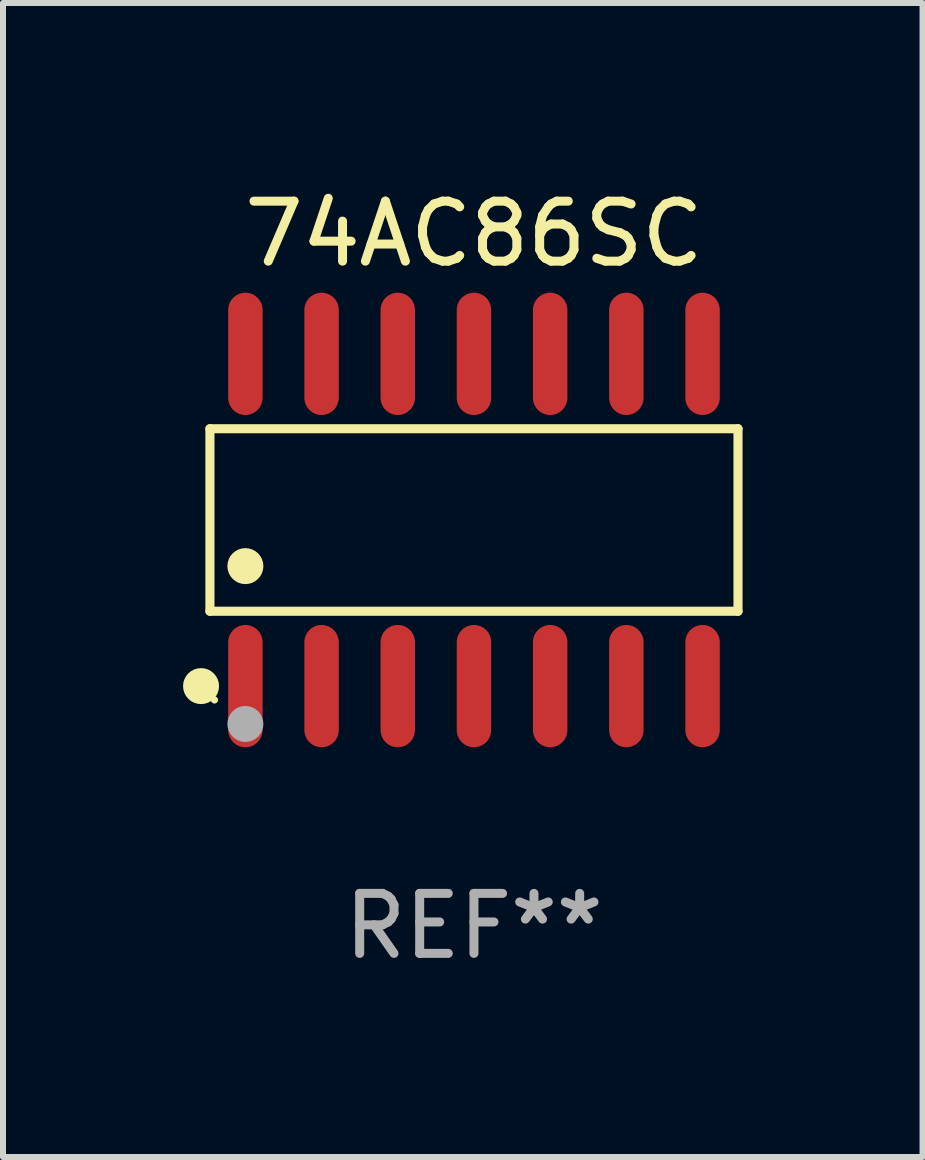
<source format=kicad_pcb>
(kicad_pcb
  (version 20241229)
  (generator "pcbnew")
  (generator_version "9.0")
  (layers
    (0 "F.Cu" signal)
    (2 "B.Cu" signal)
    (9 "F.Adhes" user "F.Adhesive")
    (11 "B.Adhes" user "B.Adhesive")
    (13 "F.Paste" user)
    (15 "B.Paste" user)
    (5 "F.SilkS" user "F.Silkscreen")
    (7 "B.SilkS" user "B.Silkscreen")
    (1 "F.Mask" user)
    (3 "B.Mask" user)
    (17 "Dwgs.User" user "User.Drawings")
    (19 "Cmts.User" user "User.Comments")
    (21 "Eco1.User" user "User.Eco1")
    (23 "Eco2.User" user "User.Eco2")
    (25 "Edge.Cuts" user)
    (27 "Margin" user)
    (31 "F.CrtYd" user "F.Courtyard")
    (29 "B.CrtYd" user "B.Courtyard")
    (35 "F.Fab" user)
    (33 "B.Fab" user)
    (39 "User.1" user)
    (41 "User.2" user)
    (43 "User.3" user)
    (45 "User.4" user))
  (footprint "74AC86SC"
    (layer "F.Cu")
    (at 4.85 5.617)
    (property "Reference" "74AC86SC" (at 0 -4.769 0) (layer "F.SilkS") (effects (font (size 1 1) (thickness 0.15))))
    (attr through_hole)
    (fp_line (start -4.401 -1.521) (end 4.401 -1.521) (stroke (width 0.152) (type solid)) (layer "F.SilkS"))
    (fp_line (start -4.401 1.521) (end -4.401 -1.521) (stroke (width 0.152) (type solid)) (layer "F.SilkS"))
    (fp_line (start 4.401 -1.521) (end 4.401 1.521) (stroke (width 0.152) (type solid)) (layer "F.SilkS"))
    (fp_line (start 4.401 1.521) (end -4.401 1.521) (stroke (width 0.152) (type solid)) (layer "F.SilkS"))
    (fp_circle (center -4.549 2.769) (end -4.399 2.769) (stroke (width 0.3) (type solid)) (fill no) (layer "F.SilkS"))
    (fp_circle (center -4.325 3) (end -4.295 3) (stroke (width 0.06) (type solid)) (fill no) (layer "F.SilkS"))
    (fp_circle (center -3.81 0.769) (end -3.66 0.769) (stroke (width 0.3) (type solid)) (fill no) (layer "F.SilkS"))
    (fp_circle (center -3.81 3.4) (end -3.66 3.4) (stroke (width 0.3) (type solid)) (fill no) (layer "F.Fab"))
    (fp_text user "REF**" (at 0 6.769 0) (layer "F.Fab") (effects (font (size 1 1) (thickness 0.15))))
    (pad "1" smd oval (at -3.81 2.769) (size 0.574 2.038) (layers "F.Cu" "F.Mask" "F.Paste"))
    (pad "2" smd oval (at -2.54 2.769) (size 0.574 2.038) (layers "F.Cu" "F.Mask" "F.Paste"))
    (pad "3" smd oval (at -1.27 2.769) (size 0.574 2.038) (layers "F.Cu" "F.Mask" "F.Paste"))
    (pad "4" smd oval (at 0 2.769) (size 0.574 2.038) (layers "F.Cu" "F.Mask" "F.Paste"))
    (pad "5" smd oval (at 1.27 2.769) (size 0.574 2.038) (layers "F.Cu" "F.Mask" "F.Paste"))
    (pad "6" smd oval (at 2.54 2.769) (size 0.574 2.038) (layers "F.Cu" "F.Mask" "F.Paste"))
    (pad "7" smd oval (at 3.81 2.769) (size 0.574 2.038) (layers "F.Cu" "F.Mask" "F.Paste"))
    (pad "8" smd oval (at 3.81 -2.769) (size 0.574 2.038) (layers "F.Cu" "F.Mask" "F.Paste"))
    (pad "9" smd oval (at 2.54 -2.769) (size 0.574 2.038) (layers "F.Cu" "F.Mask" "F.Paste"))
    (pad "10" smd oval (at 1.27 -2.769) (size 0.574 2.038) (layers "F.Cu" "F.Mask" "F.Paste"))
    (pad "11" smd oval (at 0 -2.769) (size 0.574 2.038) (layers "F.Cu" "F.Mask" "F.Paste"))
    (pad "12" smd oval (at -1.27 -2.769) (size 0.574 2.038) (layers "F.Cu" "F.Mask" "F.Paste"))
    (pad "13" smd oval (at -2.54 -2.769) (size 0.574 2.038) (layers "F.Cu" "F.Mask" "F.Paste"))
    (pad "14" smd oval (at -3.81 -2.769) (size 0.574 2.038) (layers "F.Cu" "F.Mask" "F.Paste")))
  (gr_rect
    (start -3 -3)
    (end 12.327 16.235)
    (stroke (width 0.1) (type default))
    (fill no)
    (layer "Edge.Cuts")))
</source>
